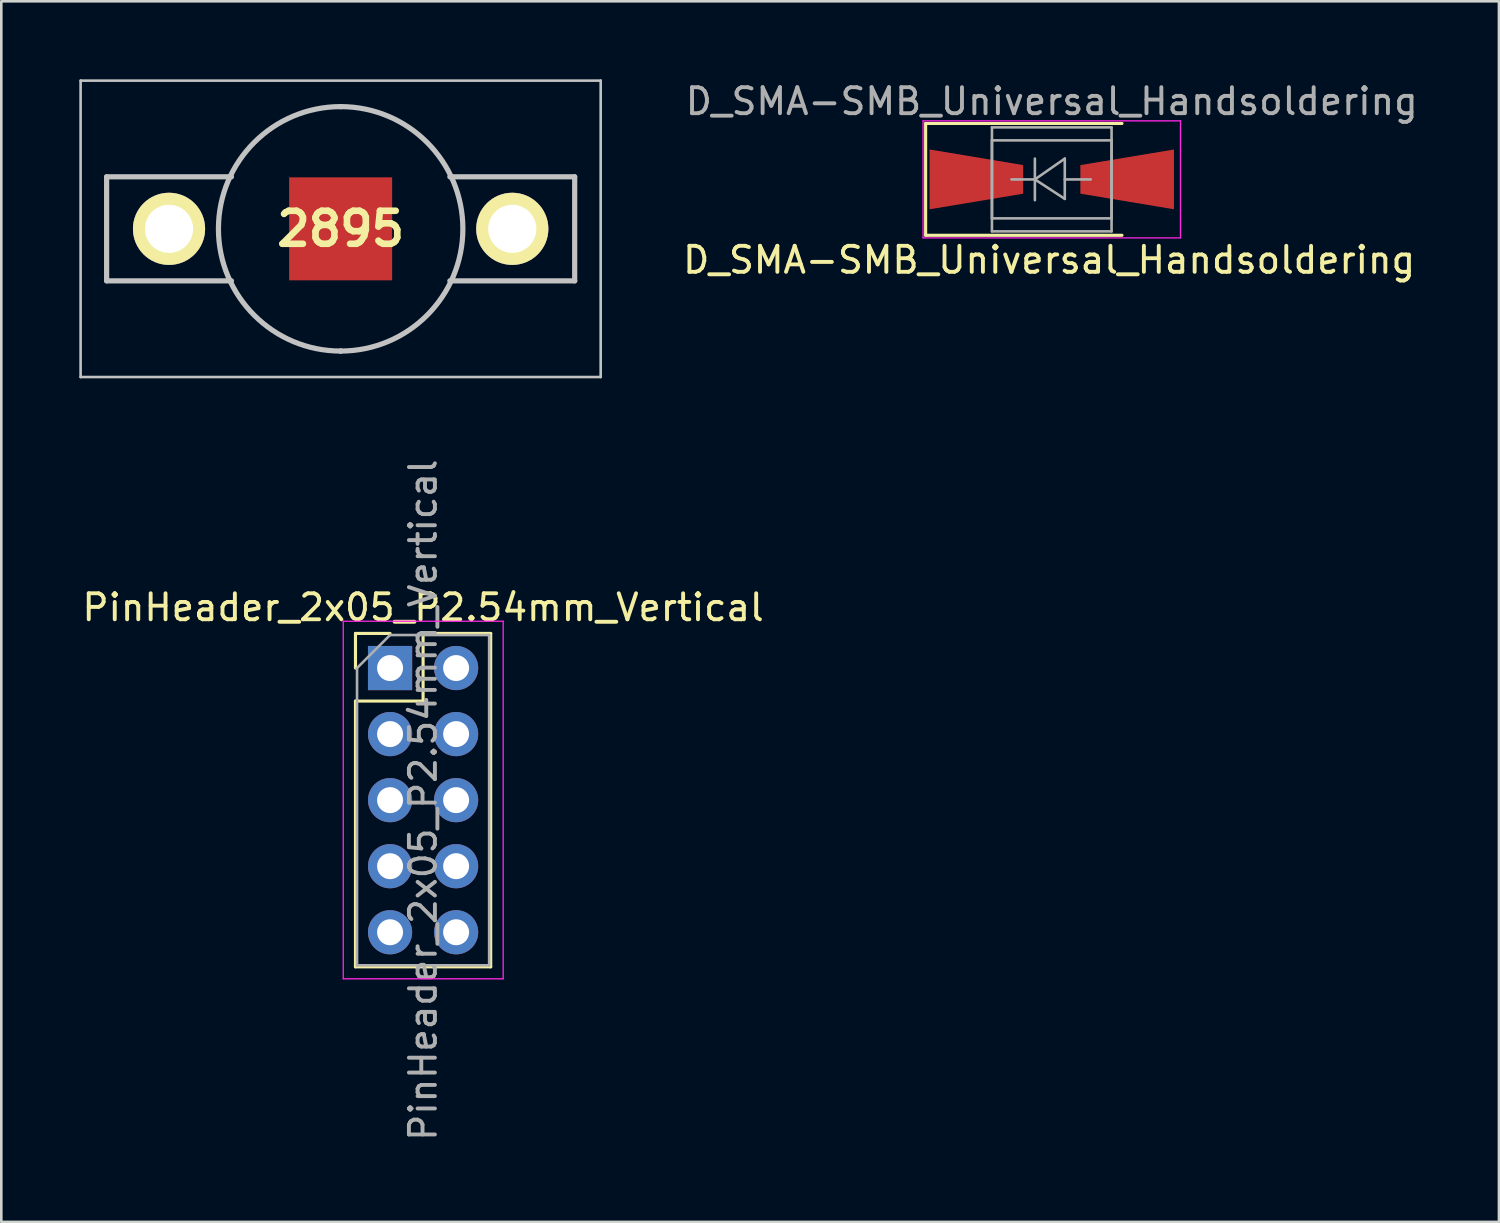
<source format=kicad_pcb>
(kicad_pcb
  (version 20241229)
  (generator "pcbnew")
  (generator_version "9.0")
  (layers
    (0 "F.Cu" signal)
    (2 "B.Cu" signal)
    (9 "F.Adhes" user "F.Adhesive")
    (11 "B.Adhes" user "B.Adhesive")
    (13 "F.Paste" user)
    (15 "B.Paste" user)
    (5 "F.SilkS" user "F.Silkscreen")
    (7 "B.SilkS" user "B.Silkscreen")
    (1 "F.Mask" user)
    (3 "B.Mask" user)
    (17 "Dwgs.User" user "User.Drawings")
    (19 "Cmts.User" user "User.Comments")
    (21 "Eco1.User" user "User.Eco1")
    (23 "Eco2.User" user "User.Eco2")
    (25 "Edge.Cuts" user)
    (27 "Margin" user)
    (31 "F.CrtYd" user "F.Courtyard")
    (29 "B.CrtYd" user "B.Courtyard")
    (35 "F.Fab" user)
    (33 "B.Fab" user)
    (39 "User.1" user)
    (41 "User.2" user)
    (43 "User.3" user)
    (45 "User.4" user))
  (footprint "2895"
    (layer "F.Cu")
    (at 3.45 5.75)
    (property "Reference" "2895" (at 6.6 0 0) (layer "F.SilkS") (effects (font (size 1.27 1.27) (thickness 0.254))))
    (attr through_hole)
    (fp_line (start 6.6 -4.7) (end 6.6 -4.7) (stroke (width 0.1) (type solid)) (layer "F.SilkS"))
    (fp_line (start 6.6 4.7) (end 6.6 4.7) (stroke (width 0.1) (type solid)) (layer "F.SilkS"))
    (fp_arc (start 6.6 -4.7) (mid 11.3 0) (end 6.6 4.7) (stroke (width 0.1) (type solid)) (layer "F.SilkS"))
    (fp_arc (start 6.6 4.7) (mid 1.9 0) (end 6.6 -4.7) (stroke (width 0.1) (type solid)) (layer "F.SilkS"))
    (fp_line (start -3.4 -5.7) (end 16.6 -5.7) (stroke (width 0.1) (type solid)) (layer "Dwgs.User"))
    (fp_line (start -3.4 5.7) (end -3.4 -5.7) (stroke (width 0.1) (type solid)) (layer "Dwgs.User"))
    (fp_line (start -2.4 -2) (end -2.4 2) (stroke (width 0.2) (type solid)) (layer "Dwgs.User"))
    (fp_line (start -2.4 2) (end 2.4 2) (stroke (width 0.2) (type solid)) (layer "Dwgs.User"))
    (fp_line (start 2.4 -2) (end -2.4 -2) (stroke (width 0.2) (type solid)) (layer "Dwgs.User"))
    (fp_line (start 6.6 -4.7) (end 6.6 -4.7) (stroke (width 0.2) (type solid)) (layer "Dwgs.User"))
    (fp_line (start 6.6 4.7) (end 6.6 4.7) (stroke (width 0.2) (type solid)) (layer "Dwgs.User"))
    (fp_line (start 10.8 -2) (end 15.6 -2) (stroke (width 0.2) (type solid)) (layer "Dwgs.User"))
    (fp_line (start 15.6 -2) (end 15.6 2) (stroke (width 0.2) (type solid)) (layer "Dwgs.User"))
    (fp_line (start 15.6 2) (end 10.8 2) (stroke (width 0.2) (type solid)) (layer "Dwgs.User"))
    (fp_line (start 16.6 -5.7) (end 16.6 5.7) (stroke (width 0.1) (type solid)) (layer "Dwgs.User"))
    (fp_line (start 16.6 5.7) (end -3.4 5.7) (stroke (width 0.1) (type solid)) (layer "Dwgs.User"))
    (fp_arc (start 6.6 -4.7) (mid 11.3 0) (end 6.6 4.7) (stroke (width 0.2) (type solid)) (layer "Dwgs.User"))
    (fp_arc (start 6.6 4.7) (mid 1.9 0) (end 6.6 -4.7) (stroke (width 0.2) (type solid)) (layer "Dwgs.User"))
    (pad "1" thru_hole circle (at 0 0 90) (size 2.775 2.775) (drill 1.85) (layers "*.Cu" "*.Mask" "F.SilkS"))
    (pad "2" thru_hole circle (at 13.2 0 90) (size 2.775 2.775) (drill 1.85) (layers "*.Cu" "*.Mask" "F.SilkS"))
    (pad "MP1" smd rect (at 6.6 0 90) (size 3.96 3.96) (layers "F.Cu" "F.Mask" "F.Paste")))
  (footprint "D_SMA-SMB_Universal_Handsoldering"
    (layer "F.Cu")
    (at 37.396 3.848)
    (property "Reference" "D_SMA-SMB_Universal_Handsoldering" (at -0.1 3.1 0) (layer "F.SilkS") (effects (font (size 1 1) (thickness 0.15))))
    (attr smd)
    (fp_line (start -4.85 -2.15) (end -4.85 2.15) (stroke (width 0.12) (type solid)) (layer "F.SilkS"))
    (fp_line (start -4.85 -2.15) (end 2.7 -2.15) (stroke (width 0.12) (type solid)) (layer "F.SilkS"))
    (fp_line (start -4.85 2.15) (end 2.7 2.15) (stroke (width 0.12) (type solid)) (layer "F.SilkS"))
    (fp_line (start -4.95 -2.25) (end 4.95 -2.25) (stroke (width 0.05) (type solid)) (layer "F.CrtYd"))
    (fp_line (start -4.95 2.25) (end -4.95 -2.25) (stroke (width 0.05) (type solid)) (layer "F.CrtYd"))
    (fp_line (start 4.95 -2.25) (end 4.95 2.25) (stroke (width 0.05) (type solid)) (layer "F.CrtYd"))
    (fp_line (start 4.95 2.25) (end -4.95 2.25) (stroke (width 0.05) (type solid)) (layer "F.CrtYd"))
    (fp_line (start -2.3 1.5) (end -2.3 -1.5) (stroke (width 0.1) (type solid)) (layer "F.Fab"))
    (fp_line (start -2.3 2) (end -2.3 -2) (stroke (width 0.1) (type solid)) (layer "F.Fab"))
    (fp_line (start -0.649 -0.799) (end -0.649 0.801) (stroke (width 0.1) (type solid)) (layer "F.Fab"))
    (fp_line (start -0.649 0.001) (end -1.551 0.001) (stroke (width 0.1) (type solid)) (layer "F.Fab"))
    (fp_line (start -0.649 0.001) (end 0.501 -0.799) (stroke (width 0.1) (type solid)) (layer "F.Fab"))
    (fp_line (start -0.649 0.001) (end 0.501 0.75) (stroke (width 0.1) (type solid)) (layer "F.Fab"))
    (fp_line (start 0.501 0.001) (end 1.499 0.001) (stroke (width 0.1) (type solid)) (layer "F.Fab"))
    (fp_line (start 0.501 0.75) (end 0.501 -0.799) (stroke (width 0.1) (type solid)) (layer "F.Fab"))
    (fp_line (start 2.3 -2) (end -2.3 -2) (stroke (width 0.1) (type solid)) (layer "F.Fab"))
    (fp_line (start 2.3 -2) (end 2.3 2) (stroke (width 0.1) (type solid)) (layer "F.Fab"))
    (fp_line (start 2.3 -1.5) (end -2.3 -1.5) (stroke (width 0.1) (type solid)) (layer "F.Fab"))
    (fp_line (start 2.3 -1.5) (end 2.3 1.5) (stroke (width 0.1) (type solid)) (layer "F.Fab"))
    (fp_line (start 2.3 1.5) (end -2.3 1.5) (stroke (width 0.1) (type solid)) (layer "F.Fab"))
    (fp_line (start 2.3 2) (end -2.3 2) (stroke (width 0.1) (type solid)) (layer "F.Fab"))
    (fp_text user "${REFERENCE}" (at 0 -3 0) (layer "F.Fab") (effects (font (size 1 1) (thickness 0.15))))
    (pad "1" smd trapezoid (at -2.9 0) (size 3.6 1.7) (rect_delta 0.6 0) (layers "F.Cu" "F.Mask" "F.Paste"))
    (pad "2" smd trapezoid (at 2.9 0 180) (size 3.6 1.7) (rect_delta 0.6 0) (layers "F.Cu" "F.Mask" "F.Paste")))
  (footprint "PinHeader_2x05_P2.54mm_Vertical"
    (layer "F.Cu")
    (at 11.95 22.64)
    (property "Reference" "PinHeader_2x05_P2.54mm_Vertical" (at 1.27 -2.33 0) (layer "F.SilkS") (effects (font (size 1 1) (thickness 0.15))))
    (attr through_hole)
    (fp_line (start -1.33 -1.33) (end 0 -1.33) (stroke (width 0.12) (type solid)) (layer "F.SilkS"))
    (fp_line (start -1.33 0) (end -1.33 -1.33) (stroke (width 0.12) (type solid)) (layer "F.SilkS"))
    (fp_line (start -1.33 1.27) (end -1.33 11.49) (stroke (width 0.12) (type solid)) (layer "F.SilkS"))
    (fp_line (start -1.33 1.27) (end 1.27 1.27) (stroke (width 0.12) (type solid)) (layer "F.SilkS"))
    (fp_line (start -1.33 11.49) (end 3.87 11.49) (stroke (width 0.12) (type solid)) (layer "F.SilkS"))
    (fp_line (start 1.27 -1.33) (end 3.87 -1.33) (stroke (width 0.12) (type solid)) (layer "F.SilkS"))
    (fp_line (start 1.27 1.27) (end 1.27 -1.33) (stroke (width 0.12) (type solid)) (layer "F.SilkS"))
    (fp_line (start 3.87 -1.33) (end 3.87 11.49) (stroke (width 0.12) (type solid)) (layer "F.SilkS"))
    (fp_line (start -1.8 -1.8) (end -1.8 11.95) (stroke (width 0.05) (type solid)) (layer "F.CrtYd"))
    (fp_line (start -1.8 11.95) (end 4.35 11.95) (stroke (width 0.05) (type solid)) (layer "F.CrtYd"))
    (fp_line (start 4.35 -1.8) (end -1.8 -1.8) (stroke (width 0.05) (type solid)) (layer "F.CrtYd"))
    (fp_line (start 4.35 11.95) (end 4.35 -1.8) (stroke (width 0.05) (type solid)) (layer "F.CrtYd"))
    (fp_line (start -1.27 0) (end 0 -1.27) (stroke (width 0.1) (type solid)) (layer "F.Fab"))
    (fp_line (start -1.27 11.43) (end -1.27 0) (stroke (width 0.1) (type solid)) (layer "F.Fab"))
    (fp_line (start 0 -1.27) (end 3.81 -1.27) (stroke (width 0.1) (type solid)) (layer "F.Fab"))
    (fp_line (start 3.81 -1.27) (end 3.81 11.43) (stroke (width 0.1) (type solid)) (layer "F.Fab"))
    (fp_line (start 3.81 11.43) (end -1.27 11.43) (stroke (width 0.1) (type solid)) (layer "F.Fab"))
    (fp_text user "${REFERENCE}" (at 1.27 5.08 90) (layer "F.Fab") (effects (font (size 1 1) (thickness 0.15))))
    (pad "1" thru_hole rect (at 0 0) (size 1.7 1.7) (drill 1) (layers "*.Cu" "*.Mask"))
    (pad "2" thru_hole oval (at 2.54 0) (size 1.7 1.7) (drill 1) (layers "*.Cu" "*.Mask"))
    (pad "3" thru_hole oval (at 0 2.54) (size 1.7 1.7) (drill 1) (layers "*.Cu" "*.Mask"))
    (pad "4" thru_hole oval (at 2.54 2.54) (size 1.7 1.7) (drill 1) (layers "*.Cu" "*.Mask"))
    (pad "5" thru_hole oval (at 0 5.08) (size 1.7 1.7) (drill 1) (layers "*.Cu" "*.Mask"))
    (pad "6" thru_hole oval (at 2.54 5.08) (size 1.7 1.7) (drill 1) (layers "*.Cu" "*.Mask"))
    (pad "7" thru_hole oval (at 0 7.62) (size 1.7 1.7) (drill 1) (layers "*.Cu" "*.Mask"))
    (pad "8" thru_hole oval (at 2.54 7.62) (size 1.7 1.7) (drill 1) (layers "*.Cu" "*.Mask"))
    (pad "9" thru_hole oval (at 0 10.16) (size 1.7 1.7) (drill 1) (layers "*.Cu" "*.Mask"))
    (pad "10" thru_hole oval (at 2.54 10.16) (size 1.7 1.7) (drill 1) (layers "*.Cu" "*.Mask")))
  (gr_rect
    (start -3 -3)
    (end 54.593 43.94)
    (stroke (width 0.1) (type default))
    (fill no)
    (layer "Edge.Cuts")))
</source>
